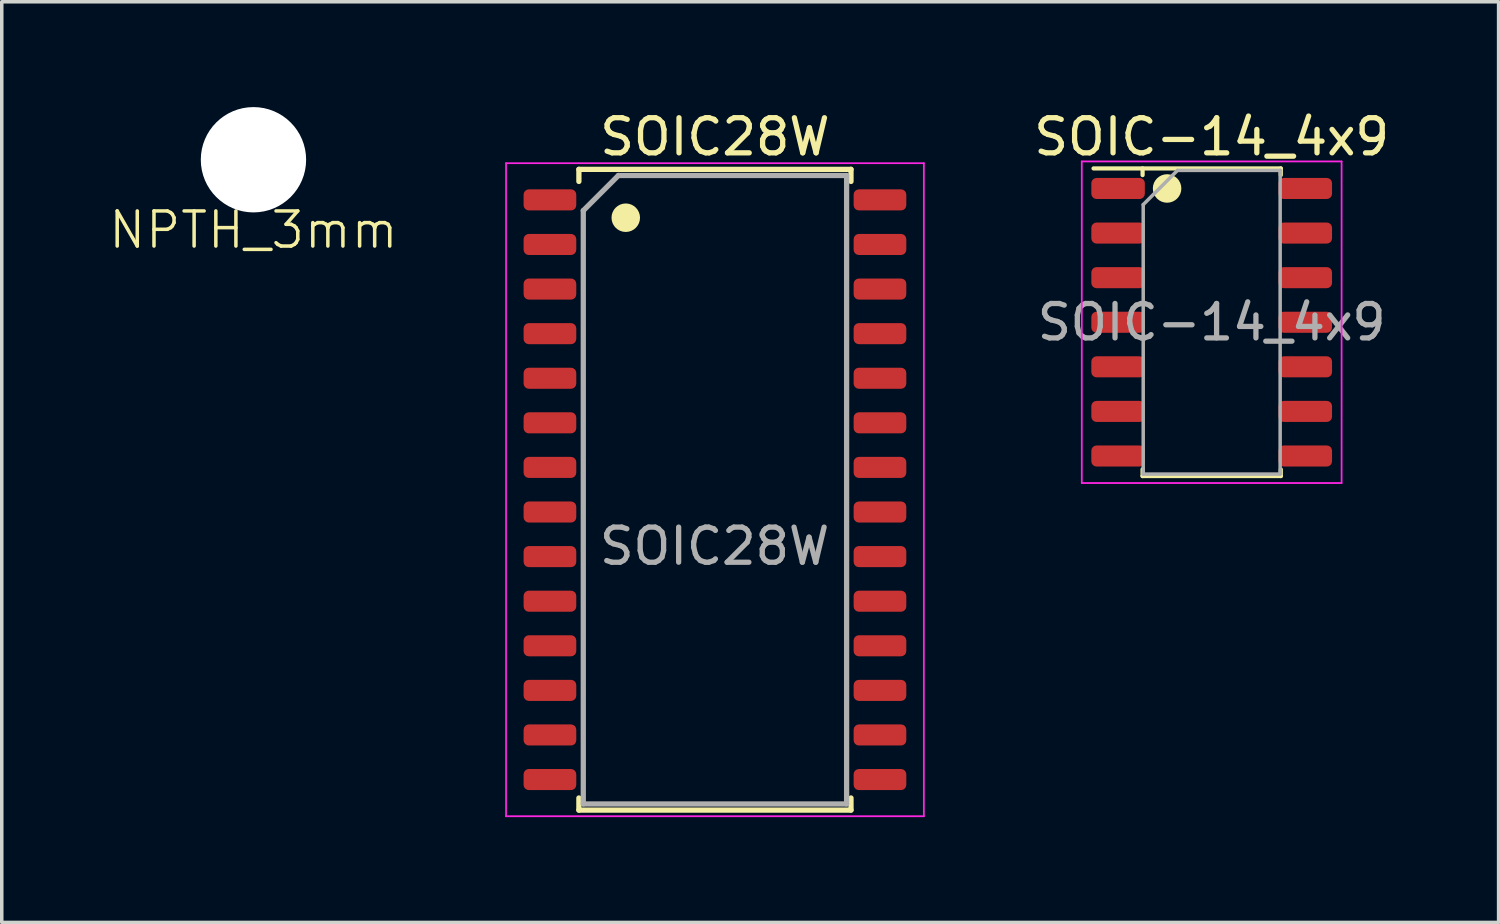
<source format=kicad_pcb>
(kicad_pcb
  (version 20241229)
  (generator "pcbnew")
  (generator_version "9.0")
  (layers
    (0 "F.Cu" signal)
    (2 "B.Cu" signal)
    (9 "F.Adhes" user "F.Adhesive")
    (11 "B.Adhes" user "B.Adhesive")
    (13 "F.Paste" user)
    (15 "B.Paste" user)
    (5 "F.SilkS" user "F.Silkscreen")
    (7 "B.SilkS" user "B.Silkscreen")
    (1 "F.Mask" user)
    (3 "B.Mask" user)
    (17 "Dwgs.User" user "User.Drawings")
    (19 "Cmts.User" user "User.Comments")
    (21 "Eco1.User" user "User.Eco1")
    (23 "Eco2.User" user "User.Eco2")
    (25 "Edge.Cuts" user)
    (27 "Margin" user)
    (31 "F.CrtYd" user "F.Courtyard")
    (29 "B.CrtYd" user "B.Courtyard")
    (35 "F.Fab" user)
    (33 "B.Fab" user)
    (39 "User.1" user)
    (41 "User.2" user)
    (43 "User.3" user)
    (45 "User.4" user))
  (footprint "SOIC-14_4x9"
    (layer "F.Cu")
    (at 31.461 6.128)
    (property "Reference" "SOIC-14_4x9" (at 0 -5.28 0) (layer "F.SilkS") (effects (font (size 1 1) (thickness 0.15))))
    (attr smd)
    (fp_line (start -3.365 -4.381) (end 1.968 -4.381) (stroke (width 0.12) (type solid)) (layer "F.SilkS"))
    (fp_line (start -1.968 -4.191) (end -1.968 -4.381) (stroke (width 0.12) (type solid)) (layer "F.SilkS"))
    (fp_line (start -1.968 4.191) (end -1.968 4.381) (stroke (width 0.12) (type solid)) (layer "F.SilkS"))
    (fp_line (start -1.968 4.381) (end 1.968 4.381) (stroke (width 0.12) (type solid)) (layer "F.SilkS"))
    (fp_line (start 1.968 -4.191) (end 1.968 -4.381) (stroke (width 0.12) (type solid)) (layer "F.SilkS"))
    (fp_line (start 1.968 4.381) (end 1.968 4.191) (stroke (width 0.12) (type solid)) (layer "F.SilkS"))
    (fp_circle (center -1.27 -3.81) (end -1.067 -3.81) (stroke (width 0.406) (type solid)) (fill no) (layer "F.SilkS"))
    (fp_line (start -3.7 -4.58) (end -3.7 4.58) (stroke (width 0.05) (type solid)) (layer "F.CrtYd"))
    (fp_line (start -3.7 4.58) (end 3.7 4.58) (stroke (width 0.05) (type solid)) (layer "F.CrtYd"))
    (fp_line (start 3.7 -4.58) (end -3.7 -4.58) (stroke (width 0.05) (type solid)) (layer "F.CrtYd"))
    (fp_line (start 3.7 4.58) (end 3.7 -4.58) (stroke (width 0.05) (type solid)) (layer "F.CrtYd"))
    (fp_line (start -1.95 -3.35) (end -0.975 -4.325) (stroke (width 0.1) (type solid)) (layer "F.Fab"))
    (fp_line (start -1.95 4.325) (end -1.95 -3.35) (stroke (width 0.1) (type solid)) (layer "F.Fab"))
    (fp_line (start -0.975 -4.325) (end 1.95 -4.325) (stroke (width 0.1) (type solid)) (layer "F.Fab"))
    (fp_line (start 1.95 -4.325) (end 1.95 4.325) (stroke (width 0.1) (type solid)) (layer "F.Fab"))
    (fp_line (start 1.95 4.325) (end -1.95 4.325) (stroke (width 0.1) (type solid)) (layer "F.Fab"))
    (fp_text user "${REFERENCE}" (at 0 0 0) (layer "F.Fab") (effects (font (size 0.98 0.98) (thickness 0.15))))
    (pad "1" smd roundrect (at -2.666 -3.81) (size 1.524 0.6) (layers "F.Cu" "F.Mask" "F.Paste") (roundrect_rratio 0.25))
    (pad "2" smd roundrect (at -2.666 -2.54) (size 1.524 0.6) (layers "F.Cu" "F.Mask" "F.Paste") (roundrect_rratio 0.25))
    (pad "3" smd roundrect (at -2.666 -1.27) (size 1.524 0.6) (layers "F.Cu" "F.Mask" "F.Paste") (roundrect_rratio 0.25))
    (pad "4" smd roundrect (at -2.666 0) (size 1.524 0.6) (layers "F.Cu" "F.Mask" "F.Paste") (roundrect_rratio 0.25))
    (pad "5" smd roundrect (at -2.666 1.27) (size 1.524 0.6) (layers "F.Cu" "F.Mask" "F.Paste") (roundrect_rratio 0.25))
    (pad "6" smd roundrect (at -2.666 2.54) (size 1.524 0.6) (layers "F.Cu" "F.Mask" "F.Paste") (roundrect_rratio 0.25))
    (pad "7" smd roundrect (at -2.666 3.81) (size 1.524 0.6) (layers "F.Cu" "F.Mask" "F.Paste") (roundrect_rratio 0.25))
    (pad "8" smd roundrect (at 2.666 3.81) (size 1.524 0.6) (layers "F.Cu" "F.Mask" "F.Paste") (roundrect_rratio 0.25))
    (pad "9" smd roundrect (at 2.666 2.54) (size 1.524 0.6) (layers "F.Cu" "F.Mask" "F.Paste") (roundrect_rratio 0.25))
    (pad "10" smd roundrect (at 2.666 1.27) (size 1.524 0.6) (layers "F.Cu" "F.Mask" "F.Paste") (roundrect_rratio 0.25))
    (pad "11" smd roundrect (at 2.666 0) (size 1.524 0.6) (layers "F.Cu" "F.Mask" "F.Paste") (roundrect_rratio 0.25))
    (pad "12" smd roundrect (at 2.666 -1.27) (size 1.524 0.6) (layers "F.Cu" "F.Mask" "F.Paste") (roundrect_rratio 0.25))
    (pad "13" smd roundrect (at 2.666 -2.54) (size 1.524 0.6) (layers "F.Cu" "F.Mask" "F.Paste") (roundrect_rratio 0.25))
    (pad "14" smd roundrect (at 2.666 -3.81) (size 1.524 0.6) (layers "F.Cu" "F.Mask" "F.Paste") (roundrect_rratio 0.25)))
  (footprint "SOIC28W"
    (layer "F.Cu")
    (at 17.313 10.898)
    (property "Reference" "SOIC28W" (at 0 -10.05 0) (layer "F.SilkS") (effects (font (size 1 1) (thickness 0.15))))
    (attr smd)
    (fp_line (start -3.875 -9.125) (end -3.875 -8.78) (stroke (width 0.15) (type solid)) (layer "F.SilkS"))
    (fp_line (start -3.875 -9.125) (end 3.875 -9.125) (stroke (width 0.15) (type solid)) (layer "F.SilkS"))
    (fp_line (start -3.875 9.125) (end -3.875 8.78) (stroke (width 0.15) (type solid)) (layer "F.SilkS"))
    (fp_line (start -3.875 9.125) (end 3.875 9.125) (stroke (width 0.15) (type solid)) (layer "F.SilkS"))
    (fp_line (start 3.875 -9.125) (end 3.875 -8.78) (stroke (width 0.15) (type solid)) (layer "F.SilkS"))
    (fp_line (start 3.875 9.125) (end 3.875 8.78) (stroke (width 0.15) (type solid)) (layer "F.SilkS"))
    (fp_circle (center -2.54 -7.747) (end -2.337 -7.747) (stroke (width 0.406) (type solid)) (fill no) (layer "F.SilkS"))
    (fp_line (start -5.95 -9.3) (end -5.95 9.3) (stroke (width 0.05) (type solid)) (layer "F.CrtYd"))
    (fp_line (start -5.95 -9.3) (end 5.95 -9.3) (stroke (width 0.05) (type solid)) (layer "F.CrtYd"))
    (fp_line (start -5.95 9.3) (end 5.95 9.3) (stroke (width 0.05) (type solid)) (layer "F.CrtYd"))
    (fp_line (start 5.95 -9.3) (end 5.95 9.3) (stroke (width 0.05) (type solid)) (layer "F.CrtYd"))
    (fp_line (start -3.75 -7.95) (end -2.75 -8.95) (stroke (width 0.15) (type solid)) (layer "F.Fab"))
    (fp_line (start -3.75 8.95) (end -3.75 -7.95) (stroke (width 0.15) (type solid)) (layer "F.Fab"))
    (fp_line (start -2.75 -8.95) (end 3.75 -8.95) (stroke (width 0.15) (type solid)) (layer "F.Fab"))
    (fp_line (start 3.75 -8.95) (end 3.75 8.95) (stroke (width 0.15) (type solid)) (layer "F.Fab"))
    (fp_line (start 3.75 8.95) (end -3.75 8.95) (stroke (width 0.15) (type solid)) (layer "F.Fab"))
    (fp_text user "${REFERENCE}" (at -0.01 1.61 0) (layer "F.Fab") (effects (font (size 1 1) (thickness 0.15))))
    (pad "1" smd roundrect (at -4.7 -8.255) (size 1.5 0.6) (layers "F.Cu" "F.Mask" "F.Paste") (roundrect_rratio 0.25))
    (pad "2" smd roundrect (at -4.7 -6.985) (size 1.5 0.6) (layers "F.Cu" "F.Mask" "F.Paste") (roundrect_rratio 0.25))
    (pad "3" smd roundrect (at -4.7 -5.715) (size 1.5 0.6) (layers "F.Cu" "F.Mask" "F.Paste") (roundrect_rratio 0.25))
    (pad "4" smd roundrect (at -4.7 -4.445) (size 1.5 0.6) (layers "F.Cu" "F.Mask" "F.Paste") (roundrect_rratio 0.25))
    (pad "5" smd roundrect (at -4.7 -3.175) (size 1.5 0.6) (layers "F.Cu" "F.Mask" "F.Paste") (roundrect_rratio 0.25))
    (pad "6" smd roundrect (at -4.7 -1.905) (size 1.5 0.6) (layers "F.Cu" "F.Mask" "F.Paste") (roundrect_rratio 0.25))
    (pad "7" smd roundrect (at -4.7 -0.635) (size 1.5 0.6) (layers "F.Cu" "F.Mask" "F.Paste") (roundrect_rratio 0.25))
    (pad "8" smd roundrect (at -4.7 0.635) (size 1.5 0.6) (layers "F.Cu" "F.Mask" "F.Paste") (roundrect_rratio 0.25))
    (pad "9" smd roundrect (at -4.7 1.905) (size 1.5 0.6) (layers "F.Cu" "F.Mask" "F.Paste") (roundrect_rratio 0.25))
    (pad "10" smd roundrect (at -4.7 3.175) (size 1.5 0.6) (layers "F.Cu" "F.Mask" "F.Paste") (roundrect_rratio 0.25))
    (pad "11" smd roundrect (at -4.7 4.445) (size 1.5 0.6) (layers "F.Cu" "F.Mask" "F.Paste") (roundrect_rratio 0.25))
    (pad "12" smd roundrect (at -4.7 5.715) (size 1.5 0.6) (layers "F.Cu" "F.Mask" "F.Paste") (roundrect_rratio 0.25))
    (pad "13" smd roundrect (at -4.7 6.985) (size 1.5 0.6) (layers "F.Cu" "F.Mask" "F.Paste") (roundrect_rratio 0.25))
    (pad "14" smd roundrect (at -4.7 8.255) (size 1.5 0.6) (layers "F.Cu" "F.Mask" "F.Paste") (roundrect_rratio 0.25))
    (pad "15" smd roundrect (at 4.7 8.255) (size 1.5 0.6) (layers "F.Cu" "F.Mask" "F.Paste") (roundrect_rratio 0.25))
    (pad "16" smd roundrect (at 4.7 6.985) (size 1.5 0.6) (layers "F.Cu" "F.Mask" "F.Paste") (roundrect_rratio 0.25))
    (pad "17" smd roundrect (at 4.7 5.715) (size 1.5 0.6) (layers "F.Cu" "F.Mask" "F.Paste") (roundrect_rratio 0.25))
    (pad "18" smd roundrect (at 4.7 4.445) (size 1.5 0.6) (layers "F.Cu" "F.Mask" "F.Paste") (roundrect_rratio 0.25))
    (pad "19" smd roundrect (at 4.7 3.175) (size 1.5 0.6) (layers "F.Cu" "F.Mask" "F.Paste") (roundrect_rratio 0.25))
    (pad "20" smd roundrect (at 4.7 1.905) (size 1.5 0.6) (layers "F.Cu" "F.Mask" "F.Paste") (roundrect_rratio 0.25))
    (pad "21" smd roundrect (at 4.7 0.635) (size 1.5 0.6) (layers "F.Cu" "F.Mask" "F.Paste") (roundrect_rratio 0.25))
    (pad "22" smd roundrect (at 4.7 -0.635) (size 1.5 0.6) (layers "F.Cu" "F.Mask" "F.Paste") (roundrect_rratio 0.25))
    (pad "23" smd roundrect (at 4.7 -1.905) (size 1.5 0.6) (layers "F.Cu" "F.Mask" "F.Paste") (roundrect_rratio 0.25))
    (pad "24" smd roundrect (at 4.7 -3.175) (size 1.5 0.6) (layers "F.Cu" "F.Mask" "F.Paste") (roundrect_rratio 0.25))
    (pad "25" smd roundrect (at 4.7 -4.445) (size 1.5 0.6) (layers "F.Cu" "F.Mask" "F.Paste") (roundrect_rratio 0.25))
    (pad "26" smd roundrect (at 4.7 -5.715) (size 1.5 0.6) (layers "F.Cu" "F.Mask" "F.Paste") (roundrect_rratio 0.25))
    (pad "27" smd roundrect (at 4.7 -6.985) (size 1.5 0.6) (layers "F.Cu" "F.Mask" "F.Paste") (roundrect_rratio 0.25))
    (pad "28" smd roundrect (at 4.7 -8.255) (size 1.5 0.6) (layers "F.Cu" "F.Mask" "F.Paste") (roundrect_rratio 0.25)))
  (footprint "NPTH_3mm"
    (layer "F.Cu")
    (at 4.169 1.5)
    (property "Reference" "NPTH_3mm" (at 0 2 0) (unlocked yes) (layer "F.SilkS") (effects (font (size 1 1) (thickness 0.1))))
    (attr through_hole)
    (pad "" np_thru_hole circle (at 0 0) (size 3 3) (drill 3) (layers "*.Cu" "*.Mask")))
  (gr_rect
    (start -3 -3)
    (end 39.633 23.223)
    (stroke (width 0.1) (type default))
    (fill no)
    (layer "Edge.Cuts")))
</source>
